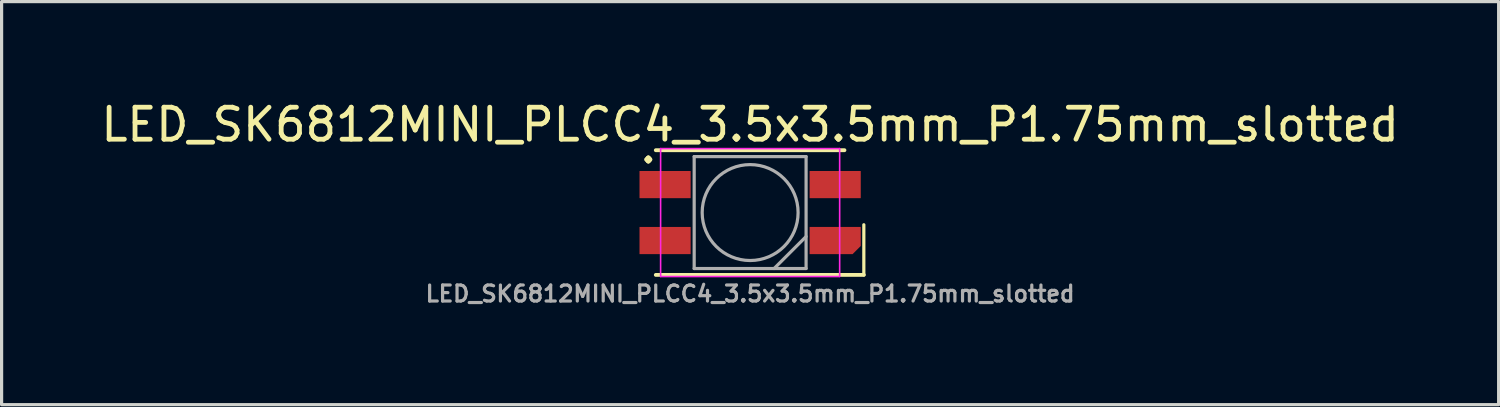
<source format=kicad_pcb>
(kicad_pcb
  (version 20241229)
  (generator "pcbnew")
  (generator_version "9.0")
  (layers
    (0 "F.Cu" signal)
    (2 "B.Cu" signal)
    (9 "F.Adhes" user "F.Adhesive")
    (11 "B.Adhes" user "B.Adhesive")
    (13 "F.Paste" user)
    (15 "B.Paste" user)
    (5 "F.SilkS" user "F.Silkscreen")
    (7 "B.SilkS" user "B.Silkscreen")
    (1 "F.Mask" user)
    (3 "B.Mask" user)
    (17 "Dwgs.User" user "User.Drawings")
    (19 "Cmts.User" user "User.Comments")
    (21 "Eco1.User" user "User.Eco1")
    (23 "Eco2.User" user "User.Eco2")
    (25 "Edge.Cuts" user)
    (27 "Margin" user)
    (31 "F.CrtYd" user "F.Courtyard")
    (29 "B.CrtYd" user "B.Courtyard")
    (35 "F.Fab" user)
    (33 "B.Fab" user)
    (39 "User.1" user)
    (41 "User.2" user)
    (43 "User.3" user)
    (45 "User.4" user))
  (footprint "LED_SK6812MINI_PLCC4_3.5x3.5mm_P1.75mm_slotted"
    (layer "F.Cu")
    (at 20.411 3.598)
    (property "Reference" "LED_SK6812MINI_PLCC4_3.5x3.5mm_P1.75mm_slotted" (at 0 -2.75 0) (layer "F.SilkS") (effects (font (size 1 1) (thickness 0.15))))
    (attr smd)
    (fp_line (start -2.95 -1.95) (end 2.95 -1.95) (stroke (width 0.12) (type solid)) (layer "F.SilkS"))
    (fp_line (start -2.95 1.95) (end 3.556 1.95) (stroke (width 0.12) (type solid)) (layer "F.SilkS"))
    (fp_line (start 3.556 0.381) (end 3.556 1.95) (stroke (width 0.1) (type default)) (layer "F.SilkS"))
    (fp_line (start -2.8 -2) (end -2.8 2) (stroke (width 0.05) (type solid)) (layer "F.CrtYd"))
    (fp_line (start -2.8 2) (end 2.8 2) (stroke (width 0.05) (type solid)) (layer "F.CrtYd"))
    (fp_line (start 2.8 -2) (end -2.8 -2) (stroke (width 0.05) (type solid)) (layer "F.CrtYd"))
    (fp_line (start 2.8 2) (end 2.8 -2) (stroke (width 0.05) (type solid)) (layer "F.CrtYd"))
    (fp_line (start -1.75 -1.75) (end -1.75 1.75) (stroke (width 0.1) (type solid)) (layer "F.Fab"))
    (fp_line (start -1.75 1.75) (end 1.75 1.75) (stroke (width 0.1) (type solid)) (layer "F.Fab"))
    (fp_line (start 1.75 -1.75) (end -1.75 -1.75) (stroke (width 0.1) (type solid)) (layer "F.Fab"))
    (fp_line (start 1.75 0.75) (end 0.75 1.75) (stroke (width 0.1) (type solid)) (layer "F.Fab"))
    (fp_line (start 1.75 1.75) (end 1.75 -1.75) (stroke (width 0.1) (type solid)) (layer "F.Fab"))
    (fp_circle (center 0 0) (end 0 -1.5) (stroke (width 0.1) (type solid)) (fill no) (layer "F.Fab"))
    (fp_text user "." (at -3.184 -2.067 0) (layer "F.SilkS") (effects (font (size 1 1) (thickness 0.15))))
    (fp_text user "${REFERENCE}" (at 0 2.54 0) (layer "F.Fab") (effects (font (size 0.5 0.5) (thickness 0.1))))
    (pad "1" smd rect (at -2.56 -0.875) (size 1.6 0.85) (drill (offset -0.1 0)) (layers "F.Cu" "F.Mask" "F.Paste"))
    (pad "2" smd rect (at -2.56 0.875) (size 1.6 0.85) (drill (offset -0.1 0)) (layers "F.Cu" "F.Mask" "F.Paste"))
    (pad "3" smd roundrect (at 2.56 0.875) (size 1.6 0.85) (drill (offset 0.1 0)) (layers "F.Cu" "F.Mask" "F.Paste") (roundrect_rratio 0) (chamfer_ratio 0.3) (chamfer bottom_right))
    (pad "4" smd rect (at 2.56 -0.875) (size 1.6 0.85) (drill (offset 0.1 0)) (layers "F.Cu" "F.Mask" "F.Paste")))
  (gr_rect
    (start -3 -3)
    (end 43.821 9.606)
    (stroke (width 0.1) (type default))
    (fill no)
    (layer "Edge.Cuts")))
</source>
